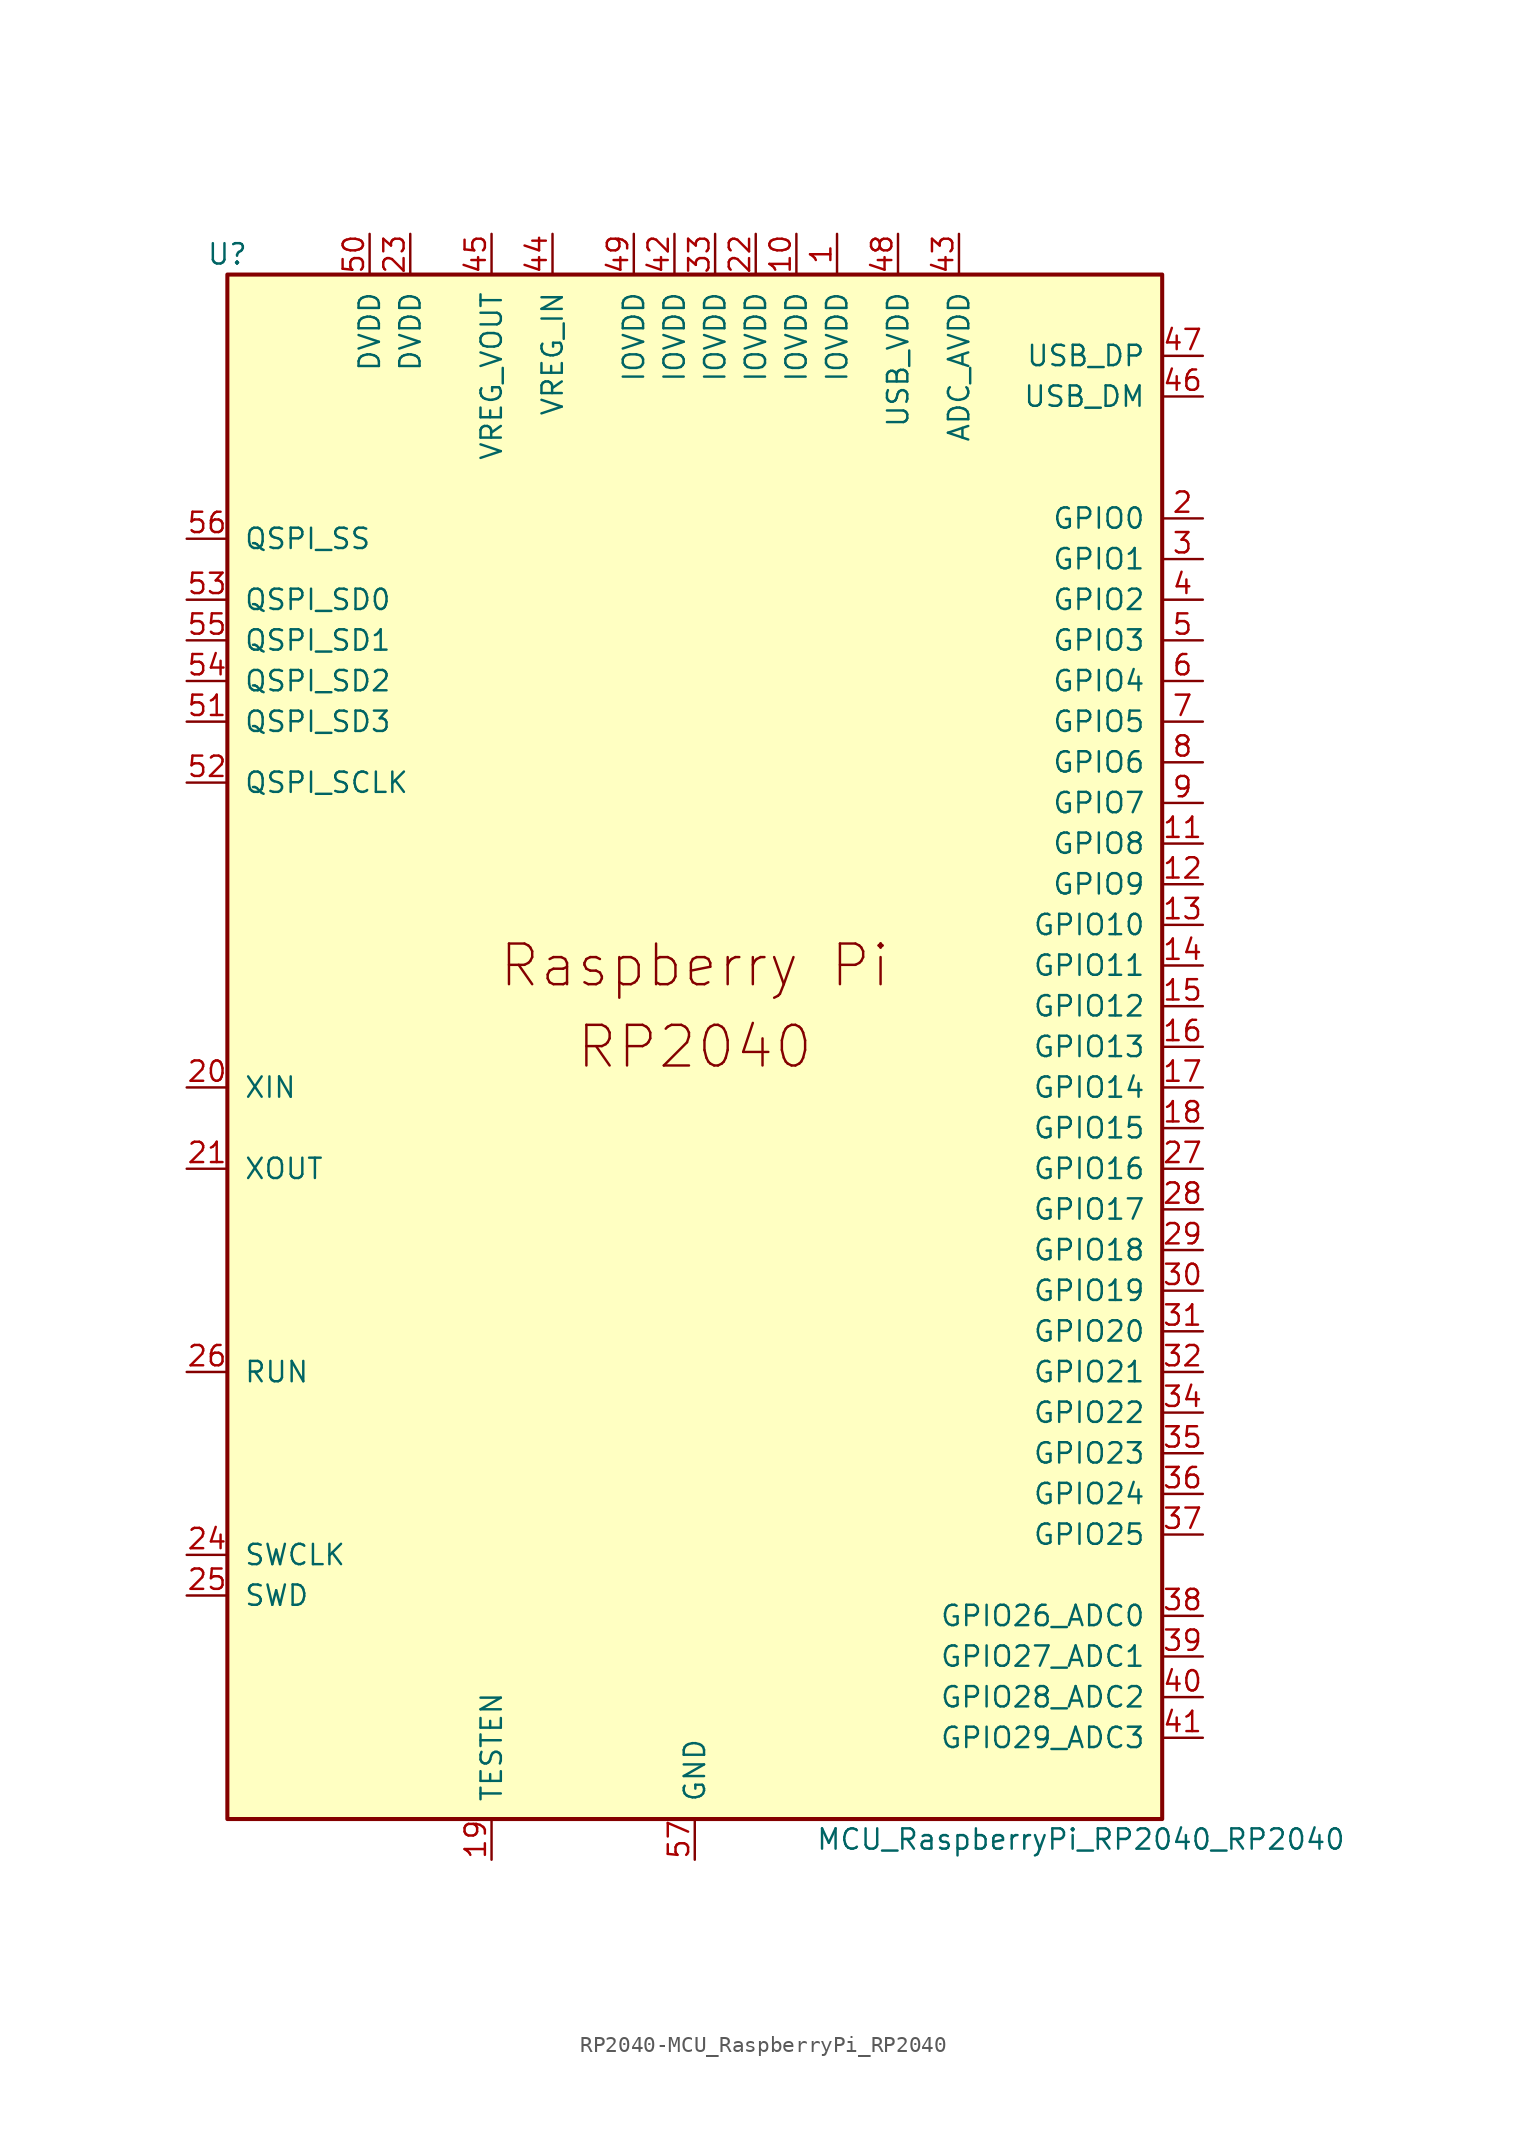
<source format=kicad_sym>
(kicad_symbol_lib
  (version 20220914)
  (generator kicad_symbol_editor)
  (symbol "RP2040-MCU_RaspberryPi_RP2040"
    (pin_names
      (offset 1.016))
    (property "Reference" "U"
      (at -29.21 49.53 0)
      (effects (font (size 1.27 1.27))))
    (property "Value" "MCU_RaspberryPi_RP2040_RP2040"
      (at 24.13 -49.53 0)
      (effects (font (size 1.27 1.27))))
    (symbol "RP2040-MCU_RaspberryPi_RP2040_0_0"
      (text "Raspberry Pi" (at 0 5.08 0) (effects (font (size 2.54 2.54))))
      (text "RP2040" (at 0 0 0) (effects (font (size 2.54 2.54)))))
    (symbol "RP2040-MCU_RaspberryPi_RP2040_0_1"
      (rectangle (start 29.21 48.26) (end -29.21 -48.26) (stroke (width 0.254) (type solid)) (fill (type background))))
    (symbol "RP2040-MCU_RaspberryPi_RP2040_1_1"
      (pin power_in line (at 8.89 50.8 270) (length 2.54) (name "IOVDD" (effects (font (size 1.27 1.27)))) (number "1" (effects (font (size 1.27 1.27)))))
      (pin power_in line (at 6.35 50.8 270) (length 2.54) (name "IOVDD" (effects (font (size 1.27 1.27)))) (number "10" (effects (font (size 1.27 1.27)))))
      (pin bidirectional line (at 31.75 12.7 180) (length 2.54) (name "GPIO8" (effects (font (size 1.27 1.27)))) (number "11" (effects (font (size 1.27 1.27)))))
      (pin bidirectional line (at 31.75 10.16 180) (length 2.54) (name "GPIO9" (effects (font (size 1.27 1.27)))) (number "12" (effects (font (size 1.27 1.27)))))
      (pin bidirectional line (at 31.75 7.62 180) (length 2.54) (name "GPIO10" (effects (font (size 1.27 1.27)))) (number "13" (effects (font (size 1.27 1.27)))))
      (pin bidirectional line (at 31.75 5.08 180) (length 2.54) (name "GPIO11" (effects (font (size 1.27 1.27)))) (number "14" (effects (font (size 1.27 1.27)))))
      (pin bidirectional line (at 31.75 2.54 180) (length 2.54) (name "GPIO12" (effects (font (size 1.27 1.27)))) (number "15" (effects (font (size 1.27 1.27)))))
      (pin bidirectional line (at 31.75 0 180) (length 2.54) (name "GPIO13" (effects (font (size 1.27 1.27)))) (number "16" (effects (font (size 1.27 1.27)))))
      (pin bidirectional line (at 31.75 -2.54 180) (length 2.54) (name "GPIO14" (effects (font (size 1.27 1.27)))) (number "17" (effects (font (size 1.27 1.27)))))
      (pin bidirectional line (at 31.75 -5.08 180) (length 2.54) (name "GPIO15" (effects (font (size 1.27 1.27)))) (number "18" (effects (font (size 1.27 1.27)))))
      (pin passive line (at -12.7 -50.8 90) (length 2.54) (name "TESTEN" (effects (font (size 1.27 1.27)))) (number "19" (effects (font (size 1.27 1.27)))))
      (pin bidirectional line (at 31.75 33.02 180) (length 2.54) (name "GPIO0" (effects (font (size 1.27 1.27)))) (number "2" (effects (font (size 1.27 1.27)))))
      (pin input line (at -31.75 -2.54 0) (length 2.54) (name "XIN" (effects (font (size 1.27 1.27)))) (number "20" (effects (font (size 1.27 1.27)))))
      (pin passive line (at -31.75 -7.62 0) (length 2.54) (name "XOUT" (effects (font (size 1.27 1.27)))) (number "21" (effects (font (size 1.27 1.27)))))
      (pin power_in line (at 3.81 50.8 270) (length 2.54) (name "IOVDD" (effects (font (size 1.27 1.27)))) (number "22" (effects (font (size 1.27 1.27)))))
      (pin power_in line (at -17.78 50.8 270) (length 2.54) (name "DVDD" (effects (font (size 1.27 1.27)))) (number "23" (effects (font (size 1.27 1.27)))))
      (pin output line (at -31.75 -31.75 0) (length 2.54) (name "SWCLK" (effects (font (size 1.27 1.27)))) (number "24" (effects (font (size 1.27 1.27)))))
      (pin bidirectional line (at -31.75 -34.29 0) (length 2.54) (name "SWD" (effects (font (size 1.27 1.27)))) (number "25" (effects (font (size 1.27 1.27)))))
      (pin input line (at -31.75 -20.32 0) (length 2.54) (name "RUN" (effects (font (size 1.27 1.27)))) (number "26" (effects (font (size 1.27 1.27)))))
      (pin bidirectional line (at 31.75 -7.62 180) (length 2.54) (name "GPIO16" (effects (font (size 1.27 1.27)))) (number "27" (effects (font (size 1.27 1.27)))))
      (pin bidirectional line (at 31.75 -10.16 180) (length 2.54) (name "GPIO17" (effects (font (size 1.27 1.27)))) (number "28" (effects (font (size 1.27 1.27)))))
      (pin bidirectional line (at 31.75 -12.7 180) (length 2.54) (name "GPIO18" (effects (font (size 1.27 1.27)))) (number "29" (effects (font (size 1.27 1.27)))))
      (pin bidirectional line (at 31.75 30.48 180) (length 2.54) (name "GPIO1" (effects (font (size 1.27 1.27)))) (number "3" (effects (font (size 1.27 1.27)))))
      (pin bidirectional line (at 31.75 -15.24 180) (length 2.54) (name "GPIO19" (effects (font (size 1.27 1.27)))) (number "30" (effects (font (size 1.27 1.27)))))
      (pin bidirectional line (at 31.75 -17.78 180) (length 2.54) (name "GPIO20" (effects (font (size 1.27 1.27)))) (number "31" (effects (font (size 1.27 1.27)))))
      (pin bidirectional line (at 31.75 -20.32 180) (length 2.54) (name "GPIO21" (effects (font (size 1.27 1.27)))) (number "32" (effects (font (size 1.27 1.27)))))
      (pin power_in line (at 1.27 50.8 270) (length 2.54) (name "IOVDD" (effects (font (size 1.27 1.27)))) (number "33" (effects (font (size 1.27 1.27)))))
      (pin bidirectional line (at 31.75 -22.86 180) (length 2.54) (name "GPIO22" (effects (font (size 1.27 1.27)))) (number "34" (effects (font (size 1.27 1.27)))))
      (pin bidirectional line (at 31.75 -25.4 180) (length 2.54) (name "GPIO23" (effects (font (size 1.27 1.27)))) (number "35" (effects (font (size 1.27 1.27)))))
      (pin bidirectional line (at 31.75 -27.94 180) (length 2.54) (name "GPIO24" (effects (font (size 1.27 1.27)))) (number "36" (effects (font (size 1.27 1.27)))))
      (pin bidirectional line (at 31.75 -30.48 180) (length 2.54) (name "GPIO25" (effects (font (size 1.27 1.27)))) (number "37" (effects (font (size 1.27 1.27)))))
      (pin bidirectional line (at 31.75 -35.56 180) (length 2.54) (name "GPIO26_ADC0" (effects (font (size 1.27 1.27)))) (number "38" (effects (font (size 1.27 1.27)))))
      (pin bidirectional line (at 31.75 -38.1 180) (length 2.54) (name "GPIO27_ADC1" (effects (font (size 1.27 1.27)))) (number "39" (effects (font (size 1.27 1.27)))))
      (pin bidirectional line (at 31.75 27.94 180) (length 2.54) (name "GPIO2" (effects (font (size 1.27 1.27)))) (number "4" (effects (font (size 1.27 1.27)))))
      (pin bidirectional line (at 31.75 -40.64 180) (length 2.54) (name "GPIO28_ADC2" (effects (font (size 1.27 1.27)))) (number "40" (effects (font (size 1.27 1.27)))))
      (pin bidirectional line (at 31.75 -43.18 180) (length 2.54) (name "GPIO29_ADC3" (effects (font (size 1.27 1.27)))) (number "41" (effects (font (size 1.27 1.27)))))
      (pin power_in line (at -1.27 50.8 270) (length 2.54) (name "IOVDD" (effects (font (size 1.27 1.27)))) (number "42" (effects (font (size 1.27 1.27)))))
      (pin power_in line (at 16.51 50.8 270) (length 2.54) (name "ADC_AVDD" (effects (font (size 1.27 1.27)))) (number "43" (effects (font (size 1.27 1.27)))))
      (pin power_in line (at -8.89 50.8 270) (length 2.54) (name "VREG_IN" (effects (font (size 1.27 1.27)))) (number "44" (effects (font (size 1.27 1.27)))))
      (pin power_out line (at -12.7 50.8 270) (length 2.54) (name "VREG_VOUT" (effects (font (size 1.27 1.27)))) (number "45" (effects (font (size 1.27 1.27)))))
      (pin bidirectional line (at 31.75 40.64 180) (length 2.54) (name "USB_DM" (effects (font (size 1.27 1.27)))) (number "46" (effects (font (size 1.27 1.27)))))
      (pin bidirectional line (at 31.75 43.18 180) (length 2.54) (name "USB_DP" (effects (font (size 1.27 1.27)))) (number "47" (effects (font (size 1.27 1.27)))))
      (pin power_in line (at 12.7 50.8 270) (length 2.54) (name "USB_VDD" (effects (font (size 1.27 1.27)))) (number "48" (effects (font (size 1.27 1.27)))))
      (pin power_in line (at -3.81 50.8 270) (length 2.54) (name "IOVDD" (effects (font (size 1.27 1.27)))) (number "49" (effects (font (size 1.27 1.27)))))
      (pin bidirectional line (at 31.75 25.4 180) (length 2.54) (name "GPIO3" (effects (font (size 1.27 1.27)))) (number "5" (effects (font (size 1.27 1.27)))))
      (pin power_in line (at -20.32 50.8 270) (length 2.54) (name "DVDD" (effects (font (size 1.27 1.27)))) (number "50" (effects (font (size 1.27 1.27)))))
      (pin bidirectional line (at -31.75 20.32 0) (length 2.54) (name "QSPI_SD3" (effects (font (size 1.27 1.27)))) (number "51" (effects (font (size 1.27 1.27)))))
      (pin output line (at -31.75 16.51 0) (length 2.54) (name "QSPI_SCLK" (effects (font (size 1.27 1.27)))) (number "52" (effects (font (size 1.27 1.27)))))
      (pin bidirectional line (at -31.75 27.94 0) (length 2.54) (name "QSPI_SD0" (effects (font (size 1.27 1.27)))) (number "53" (effects (font (size 1.27 1.27)))))
      (pin bidirectional line (at -31.75 22.86 0) (length 2.54) (name "QSPI_SD2" (effects (font (size 1.27 1.27)))) (number "54" (effects (font (size 1.27 1.27)))))
      (pin bidirectional line (at -31.75 25.4 0) (length 2.54) (name "QSPI_SD1" (effects (font (size 1.27 1.27)))) (number "55" (effects (font (size 1.27 1.27)))))
      (pin bidirectional line (at -31.75 31.75 0) (length 2.54) (name "QSPI_SS" (effects (font (size 1.27 1.27)))) (number "56" (effects (font (size 1.27 1.27)))))
      (pin power_in line (at 0 -50.8 90) (length 2.54) (name "GND" (effects (font (size 1.27 1.27)))) (number "57" (effects (font (size 1.27 1.27)))))
      (pin bidirectional line (at 31.75 22.86 180) (length 2.54) (name "GPIO4" (effects (font (size 1.27 1.27)))) (number "6" (effects (font (size 1.27 1.27)))))
      (pin bidirectional line (at 31.75 20.32 180) (length 2.54) (name "GPIO5" (effects (font (size 1.27 1.27)))) (number "7" (effects (font (size 1.27 1.27)))))
      (pin bidirectional line (at 31.75 17.78 180) (length 2.54) (name "GPIO6" (effects (font (size 1.27 1.27)))) (number "8" (effects (font (size 1.27 1.27)))))
      (pin bidirectional line (at 31.75 15.24 180) (length 2.54) (name "GPIO7" (effects (font (size 1.27 1.27)))) (number "9" (effects (font (size 1.27 1.27))))))))
</source>
